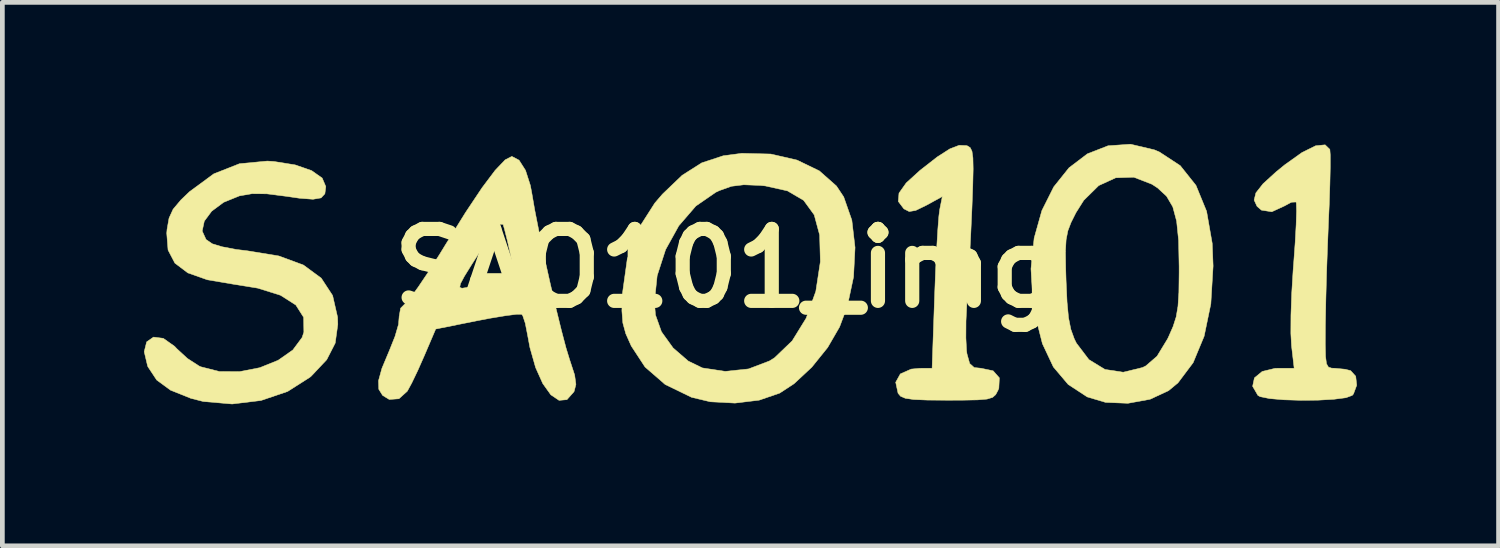
<source format=kicad_pcb>
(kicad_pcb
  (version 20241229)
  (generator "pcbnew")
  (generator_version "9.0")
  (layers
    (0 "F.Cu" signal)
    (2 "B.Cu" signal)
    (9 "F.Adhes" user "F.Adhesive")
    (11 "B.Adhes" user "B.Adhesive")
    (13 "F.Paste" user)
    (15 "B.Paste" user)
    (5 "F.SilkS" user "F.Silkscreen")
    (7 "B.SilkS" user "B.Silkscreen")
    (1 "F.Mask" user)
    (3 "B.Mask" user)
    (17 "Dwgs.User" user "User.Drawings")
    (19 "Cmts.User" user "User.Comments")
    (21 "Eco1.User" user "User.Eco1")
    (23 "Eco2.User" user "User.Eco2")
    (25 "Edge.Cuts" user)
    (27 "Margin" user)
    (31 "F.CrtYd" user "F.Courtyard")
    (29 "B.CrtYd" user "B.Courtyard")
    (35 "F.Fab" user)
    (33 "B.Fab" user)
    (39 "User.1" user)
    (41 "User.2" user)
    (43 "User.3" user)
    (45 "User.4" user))
  (footprint "SAO101_img"
    (layer "F.Cu")
    (at 12.319 2.634)
    (property "Reference" "SAO101_img" (at 0 0 0) (layer "F.SilkS") (effects (font (size 1.524 1.524) (thickness 0.3))))
    (attr through_hole)
    (fp_poly (pts (xy 5.105 -2.6) (xy 5.128 -2.592) (xy 5.184 -2.556) (xy 5.221 -2.48) (xy 5.241 -2.338) (xy 5.246 -2.105) (xy 5.238 -1.754) (xy 5.221 -1.289) (xy 5.197 -0.763) (xy 5.17 -0.219) (xy 5.142 0.284) (xy 5.117 0.686) (xy 5.113 0.731) (xy 5.094 1.117) (xy 5.092 1.475) (xy 5.106 1.746) (xy 5.115 1.811) (xy 5.172 2.016) (xy 5.268 2.102) (xy 5.412 2.117) (xy 5.669 2.171) (xy 5.801 2.32) (xy 5.79 2.54) (xy 5.772 2.585) (xy 5.724 2.675) (xy 5.658 2.734) (xy 5.54 2.77) (xy 5.341 2.787) (xy 5.028 2.793) (xy 4.704 2.794) (xy 4.277 2.791) (xy 3.988 2.779) (xy 3.809 2.753) (xy 3.707 2.709) (xy 3.655 2.646) (xy 3.605 2.414) (xy 3.703 2.237) (xy 3.933 2.135) (xy 4.114 2.118) (xy 4.376 2.117) (xy 4.43 0.571) (xy 4.45 0.056) (xy 4.473 -0.417) (xy 4.497 -0.816) (xy 4.52 -1.108) (xy 4.538 -1.248) (xy 4.593 -1.521) (xy 4.253 -1.335) (xy 4.029 -1.226) (xy 3.891 -1.203) (xy 3.781 -1.259) (xy 3.777 -1.262) (xy 3.66 -1.417) (xy 3.675 -1.593) (xy 3.827 -1.808) (xy 4.125 -2.079) (xy 4.128 -2.081) (xy 4.486 -2.36) (xy 4.751 -2.53) (xy 4.949 -2.606) (xy 5.105 -2.6)) (stroke (width 0.01) (type solid)) (fill yes) (layer "F.SilkS"))
    (fp_poly (pts (xy 12.802 -2.519) (xy 12.811 -2.402) (xy 12.811 -2.147) (xy 12.803 -1.785) (xy 12.789 -1.348) (xy 12.776 -1.058) (xy 12.754 -0.503) (xy 12.733 0.082) (xy 12.718 0.636) (xy 12.709 1.098) (xy 12.707 1.206) (xy 12.705 1.608) (xy 12.711 1.869) (xy 12.731 2.021) (xy 12.772 2.093) (xy 12.841 2.115) (xy 12.905 2.117) (xy 13.124 2.138) (xy 13.243 2.168) (xy 13.35 2.286) (xy 13.371 2.476) (xy 13.303 2.66) (xy 13.276 2.692) (xy 13.143 2.741) (xy 12.887 2.774) (xy 12.552 2.793) (xy 12.183 2.796) (xy 11.826 2.785) (xy 11.525 2.759) (xy 11.325 2.718) (xy 11.278 2.692) (xy 11.166 2.499) (xy 11.204 2.321) (xy 11.369 2.185) (xy 11.641 2.119) (xy 11.713 2.117) (xy 12.046 2.117) (xy 11.99 1.638) (xy 11.976 1.377) (xy 11.978 0.994) (xy 11.994 0.534) (xy 12.024 0.044) (xy 12.035 -0.098) (xy 12.067 -0.541) (xy 12.088 -0.923) (xy 12.097 -1.213) (xy 12.092 -1.379) (xy 12.085 -1.405) (xy 11.987 -1.4) (xy 11.84 -1.321) (xy 11.572 -1.198) (xy 11.352 -1.233) (xy 11.259 -1.314) (xy 11.198 -1.446) (xy 11.236 -1.599) (xy 11.387 -1.791) (xy 11.662 -2.042) (xy 11.846 -2.192) (xy 12.212 -2.453) (xy 12.501 -2.596) (xy 12.702 -2.616) (xy 12.802 -2.519)) (stroke (width 0.01) (type solid)) (fill yes) (layer "F.SilkS"))
    (fp_poly (pts (xy 0.959 -2.421) (xy 1.515 -2.293) (xy 1.988 -2.064) (xy 2.35 -1.744) (xy 2.504 -1.512) (xy 2.676 -1.02) (xy 2.744 -0.44) (xy 2.712 0.183) (xy 2.58 0.805) (xy 2.416 1.242) (xy 2.164 1.677) (xy 1.827 2.095) (xy 1.451 2.445) (xy 1.147 2.644) (xy 0.712 2.793) (xy 0.2 2.855) (xy -0.322 2.827) (xy -0.72 2.732) (xy -1.278 2.461) (xy -1.705 2.09) (xy -1.997 1.644) (xy -2.113 1.384) (xy -2.175 1.157) (xy -2.195 0.899) (xy -2.189 0.716) (xy -1.506 0.716) (xy -1.484 0.987) (xy -1.357 1.344) (xy -1.11 1.687) (xy -0.79 1.964) (xy -0.49 2.11) (xy -0.007 2.183) (xy 0.488 2.131) (xy 0.932 1.962) (xy 1.04 1.894) (xy 1.412 1.537) (xy 1.708 1.057) (xy 1.913 0.488) (xy 2.008 -0.133) (xy 2.009 -0.147) (xy 1.994 -0.705) (xy 1.879 -1.132) (xy 1.655 -1.44) (xy 1.312 -1.641) (xy 0.841 -1.746) (xy 0.737 -1.756) (xy 0.387 -1.77) (xy 0.125 -1.738) (xy -0.127 -1.648) (xy -0.203 -1.613) (xy -0.628 -1.32) (xy -0.989 -0.902) (xy -1.269 -0.397) (xy -1.448 0.155) (xy -1.506 0.716) (xy -2.189 0.716) (xy -2.183 0.54) (xy -2.183 0.531) (xy -2.082 -0.192) (xy -1.858 -0.819) (xy -1.498 -1.382) (xy -1.336 -1.571) (xy -0.918 -1.971) (xy -0.504 -2.234) (xy -0.049 -2.384) (xy 0.345 -2.436) (xy 0.959 -2.421)) (stroke (width 0.01) (type solid)) (fill yes) (layer "F.SilkS"))
    (fp_poly (pts (xy 9.084 -2.51) (xy 9.192 -2.464) (xy 9.633 -2.175) (xy 9.966 -1.757) (xy 10.191 -1.208) (xy 10.31 -0.529) (xy 10.329 -0.05) (xy 10.281 0.752) (xy 10.139 1.438) (xy 9.906 1.999) (xy 9.585 2.426) (xy 9.386 2.591) (xy 8.993 2.774) (xy 8.525 2.859) (xy 8.051 2.84) (xy 7.662 2.724) (xy 7.259 2.46) (xy 6.945 2.089) (xy 6.713 1.596) (xy 6.553 0.965) (xy 6.514 0.717) (xy 6.471 0.011) (xy 6.509 -0.359) (xy 7.201 -0.359) (xy 7.206 -0.013) (xy 7.214 0.254) (xy 7.235 0.714) (xy 7.266 1.046) (xy 7.315 1.292) (xy 7.388 1.494) (xy 7.433 1.585) (xy 7.698 1.934) (xy 8.038 2.142) (xy 8.425 2.201) (xy 8.832 2.102) (xy 8.902 2.068) (xy 9.141 1.862) (xy 9.365 1.494) (xy 9.384 1.454) (xy 9.482 1.231) (xy 9.547 1.028) (xy 9.585 0.802) (xy 9.604 0.507) (xy 9.609 0.099) (xy 9.609 -0.042) (xy 9.598 -0.59) (xy 9.556 -1) (xy 9.475 -1.302) (xy 9.344 -1.526) (xy 9.153 -1.703) (xy 9.034 -1.781) (xy 8.649 -1.93) (xy 8.266 -1.918) (xy 7.906 -1.753) (xy 7.589 -1.441) (xy 7.422 -1.176) (xy 7.319 -0.97) (xy 7.252 -0.794) (xy 7.215 -0.605) (xy 7.201 -0.359) (xy 6.509 -0.359) (xy 6.538 -0.64) (xy 6.702 -1.224) (xy 6.953 -1.725) (xy 7.277 -2.13) (xy 7.665 -2.425) (xy 8.103 -2.596) (xy 8.58 -2.629) (xy 9.084 -2.51)) (stroke (width 0.01) (type solid)) (fill yes) (layer "F.SilkS"))
    (fp_poly (pts (xy -9.566 -2.263) (xy -9.116 -2.191) (xy -8.768 -2.07) (xy -8.544 -1.912) (xy -8.467 -1.731) (xy -8.487 -1.579) (xy -8.568 -1.492) (xy -8.738 -1.463) (xy -9.025 -1.485) (xy -9.299 -1.525) (xy -9.716 -1.578) (xy -10.029 -1.581) (xy -10.295 -1.535) (xy -10.296 -1.535) (xy -10.631 -1.399) (xy -10.884 -1.211) (xy -11.041 -1) (xy -11.086 -0.79) (xy -11.004 -0.61) (xy -10.871 -0.519) (xy -10.666 -0.457) (xy -10.368 -0.4) (xy -10.13 -0.371) (xy -9.463 -0.262) (xy -8.942 -0.07) (xy -8.564 0.208) (xy -8.323 0.576) (xy -8.218 1.035) (xy -8.213 1.187) (xy -8.268 1.584) (xy -8.448 1.936) (xy -8.773 2.281) (xy -8.803 2.307) (xy -9.277 2.609) (xy -9.841 2.8) (xy -10.451 2.874) (xy -11.063 2.821) (xy -11.326 2.754) (xy -11.757 2.581) (xy -12.05 2.366) (xy -12.235 2.086) (xy -12.243 2.066) (xy -12.314 1.766) (xy -12.262 1.558) (xy -12.117 1.457) (xy -11.91 1.483) (xy -11.671 1.652) (xy -11.621 1.705) (xy -11.398 1.91) (xy -11.152 2.069) (xy -11.115 2.086) (xy -10.722 2.186) (xy -10.293 2.188) (xy -9.866 2.105) (xy -9.477 1.948) (xy -9.166 1.73) (xy -8.969 1.465) (xy -8.932 1.352) (xy -8.937 1.038) (xy -9.102 0.778) (xy -9.426 0.571) (xy -9.908 0.42) (xy -10.409 0.339) (xy -10.976 0.243) (xy -11.39 0.097) (xy -11.664 -0.11) (xy -11.809 -0.387) (xy -11.837 -0.744) (xy -11.83 -0.827) (xy -11.788 -1.064) (xy -11.702 -1.252) (xy -11.539 -1.446) (xy -11.356 -1.622) (xy -10.841 -2.001) (xy -10.296 -2.216) (xy -9.706 -2.272) (xy -9.566 -2.263)) (stroke (width 0.01) (type solid)) (fill yes) (layer "F.SilkS"))
    (fp_poly (pts (xy -4.374 -2.291) (xy -4.237 -2.076) (xy -4.134 -1.756) (xy -4.106 -1.609) (xy -4.041 -1.233) (xy -3.949 -0.766) (xy -3.839 -0.242) (xy -3.718 0.301) (xy -3.596 0.828) (xy -3.48 1.301) (xy -3.379 1.685) (xy -3.3 1.943) (xy -3.294 1.96) (xy -3.196 2.26) (xy -3.169 2.458) (xy -3.206 2.604) (xy -3.213 2.617) (xy -3.359 2.782) (xy -3.526 2.797) (xy -3.701 2.679) (xy -3.871 2.441) (xy -4.023 2.102) (xy -4.144 1.676) (xy -4.195 1.403) (xy -4.242 1.163) (xy -4.295 1.004) (xy -4.317 0.974) (xy -4.422 0.973) (xy -4.656 1.003) (xy -4.979 1.056) (xy -5.261 1.11) (xy -6.139 1.286) (xy -6.38 1.85) (xy -6.517 2.16) (xy -6.647 2.431) (xy -6.741 2.603) (xy -6.918 2.763) (xy -7.123 2.778) (xy -7.264 2.692) (xy -7.345 2.562) (xy -7.351 2.382) (xy -7.279 2.12) (xy -7.123 1.747) (xy -7.119 1.737) (xy -7.001 1.442) (xy -6.927 1.188) (xy -6.914 1.031) (xy -6.915 1.03) (xy -6.883 0.845) (xy -6.785 0.746) (xy -6.682 0.633) (xy -6.514 0.403) (xy -6.513 0.402) (xy -5.63 0.402) (xy -5.583 0.422) (xy -5.481 0.406) (xy -5.407 0.391) (xy -5.117 0.337) (xy -4.811 0.284) (xy -4.805 0.283) (xy -4.58 0.217) (xy -4.488 0.12) (xy -4.487 0.111) (xy -4.506 -0.039) (xy -4.555 -0.289) (xy -4.618 -0.574) (xy -4.683 -0.832) (xy -4.712 -0.931) (xy -4.773 -0.934) (xy -4.904 -0.793) (xy -5.098 -0.517) (xy -5.131 -0.465) (xy -5.373 -0.087) (xy -5.532 0.169) (xy -5.615 0.325) (xy -5.63 0.402) (xy -6.513 0.402) (xy -6.299 0.084) (xy -6.056 -0.297) (xy -5.924 -0.513) (xy -5.505 -1.186) (xy -5.157 -1.707) (xy -4.879 -2.077) (xy -4.668 -2.298) (xy -4.526 -2.371) (xy -4.374 -2.291)) (stroke (width 0.01) (type solid)) (fill yes) (layer "F.SilkS")))
  (gr_rect
    (start -3 -3)
    (end 28.695 8.513)
    (stroke (width 0.1) (type default))
    (fill no)
    (layer "Edge.Cuts")))
</source>
